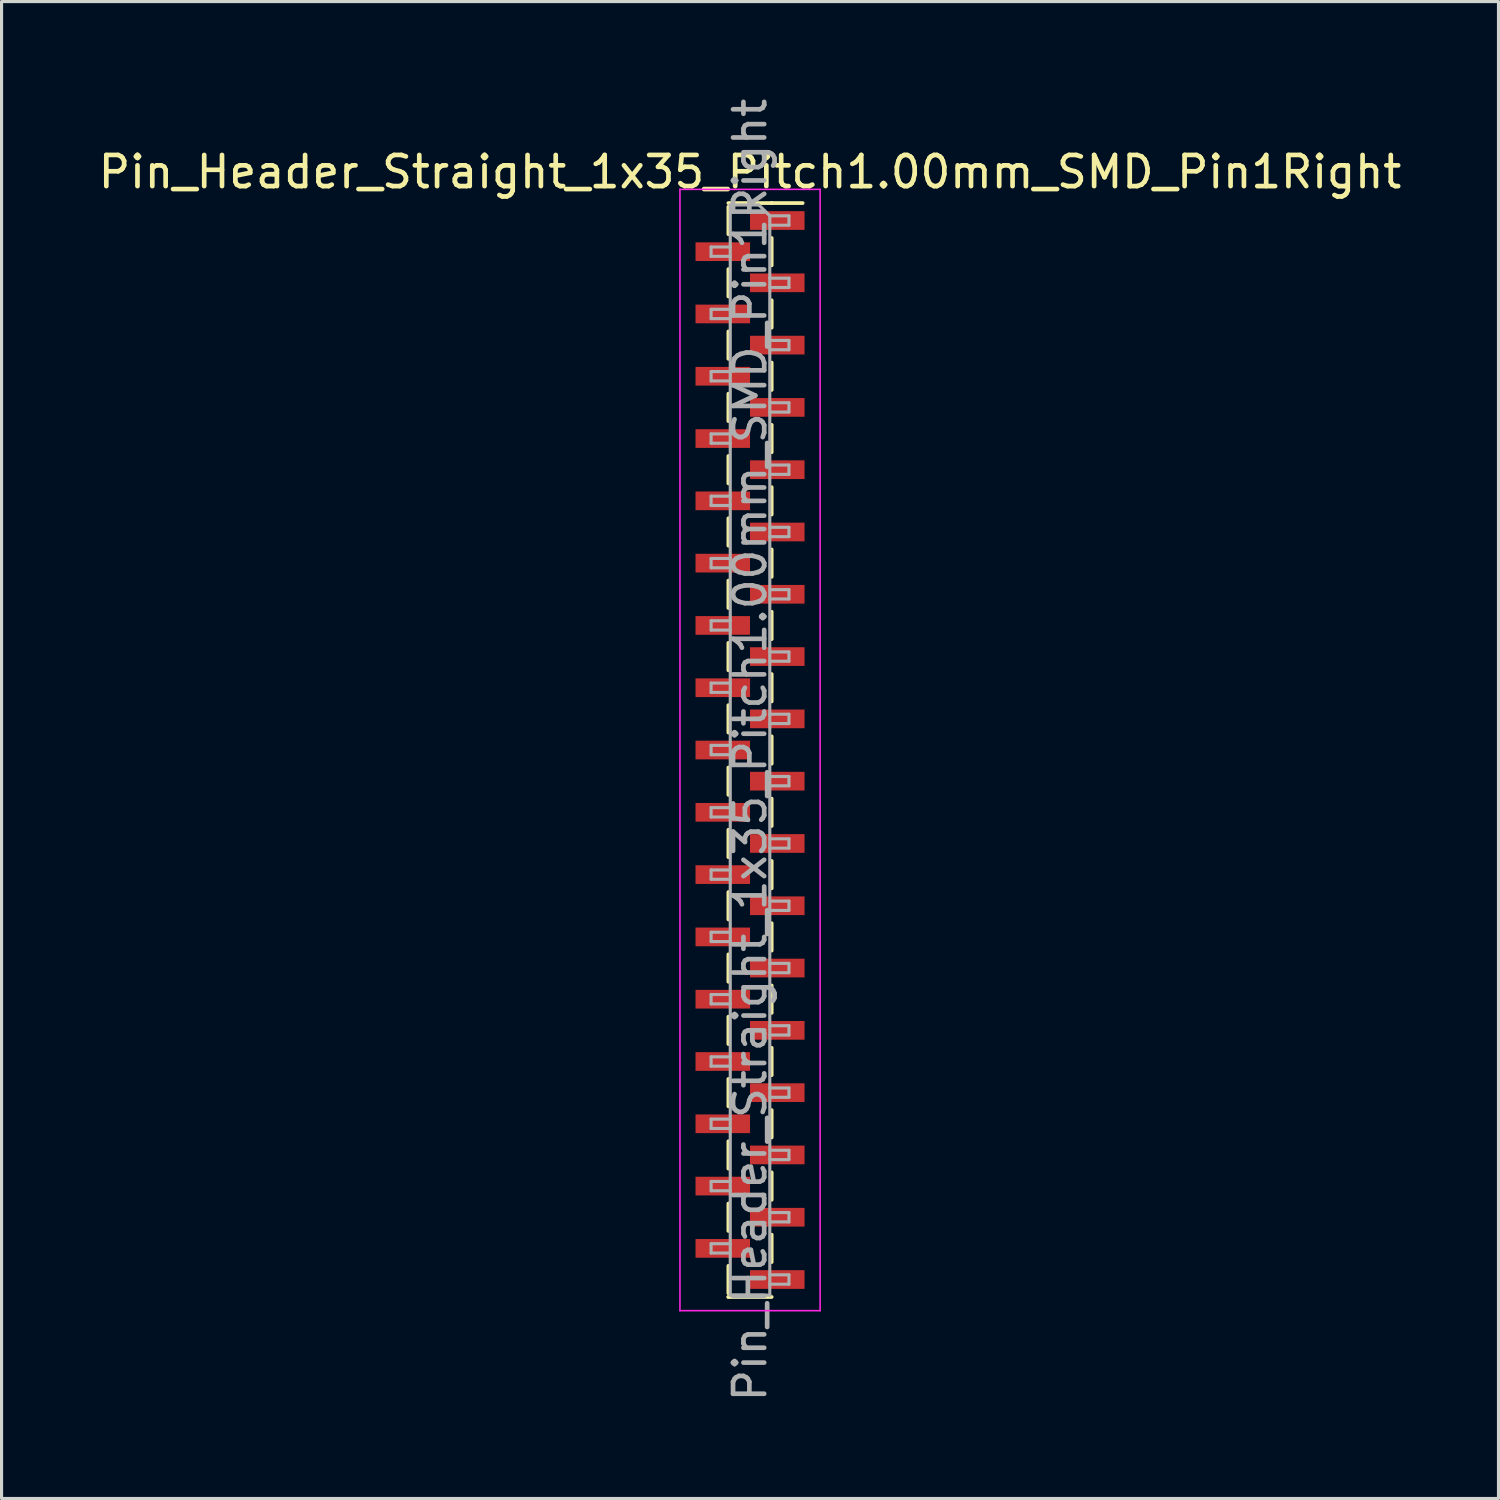
<source format=kicad_pcb>
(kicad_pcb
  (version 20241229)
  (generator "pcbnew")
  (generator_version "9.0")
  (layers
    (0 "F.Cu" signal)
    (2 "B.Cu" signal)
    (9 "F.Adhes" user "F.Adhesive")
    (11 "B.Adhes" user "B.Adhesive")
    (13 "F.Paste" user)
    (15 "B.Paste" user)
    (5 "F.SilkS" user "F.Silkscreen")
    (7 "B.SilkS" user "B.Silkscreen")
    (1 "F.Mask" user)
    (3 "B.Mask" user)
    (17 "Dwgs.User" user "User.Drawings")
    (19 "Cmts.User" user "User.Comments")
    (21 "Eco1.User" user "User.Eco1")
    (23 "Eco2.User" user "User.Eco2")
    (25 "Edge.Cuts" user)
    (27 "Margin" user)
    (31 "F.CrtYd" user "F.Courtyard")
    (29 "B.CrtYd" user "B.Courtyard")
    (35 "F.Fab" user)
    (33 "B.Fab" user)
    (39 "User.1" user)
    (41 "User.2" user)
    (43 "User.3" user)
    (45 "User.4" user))
  (footprint "Pin_Header_Straight_1x35_Pitch1.00mm_SMD_Pin1Right"
    (layer "F.Cu")
    (at 21.03 21.03)
    (property "Reference" "Pin_Header_Straight_1x35_Pitch1.00mm_SMD_Pin1Right" (at 0 -18.56 0) (layer "F.SilkS") (effects (font (size 1 1) (thickness 0.15))))
    (attr smd)
    (fp_line (start -0.695 -17.56) (end 0.695 -17.56) (stroke (width 0.12) (type solid)) (layer "F.SilkS"))
    (fp_line (start -0.695 -17.44) (end -0.695 -16.56) (stroke (width 0.12) (type solid)) (layer "F.SilkS"))
    (fp_line (start -0.695 -15.44) (end -0.695 -14.56) (stroke (width 0.12) (type solid)) (layer "F.SilkS"))
    (fp_line (start -0.695 -13.44) (end -0.695 -12.56) (stroke (width 0.12) (type solid)) (layer "F.SilkS"))
    (fp_line (start -0.695 -11.44) (end -0.695 -10.56) (stroke (width 0.12) (type solid)) (layer "F.SilkS"))
    (fp_line (start -0.695 -9.44) (end -0.695 -8.56) (stroke (width 0.12) (type solid)) (layer "F.SilkS"))
    (fp_line (start -0.695 -7.44) (end -0.695 -6.56) (stroke (width 0.12) (type solid)) (layer "F.SilkS"))
    (fp_line (start -0.695 -5.44) (end -0.695 -4.56) (stroke (width 0.12) (type solid)) (layer "F.SilkS"))
    (fp_line (start -0.695 -3.44) (end -0.695 -2.56) (stroke (width 0.12) (type solid)) (layer "F.SilkS"))
    (fp_line (start -0.695 -1.44) (end -0.695 -0.56) (stroke (width 0.12) (type solid)) (layer "F.SilkS"))
    (fp_line (start -0.695 0.56) (end -0.695 1.44) (stroke (width 0.12) (type solid)) (layer "F.SilkS"))
    (fp_line (start -0.695 2.56) (end -0.695 3.44) (stroke (width 0.12) (type solid)) (layer "F.SilkS"))
    (fp_line (start -0.695 4.56) (end -0.695 5.44) (stroke (width 0.12) (type solid)) (layer "F.SilkS"))
    (fp_line (start -0.695 6.56) (end -0.695 7.44) (stroke (width 0.12) (type solid)) (layer "F.SilkS"))
    (fp_line (start -0.695 8.56) (end -0.695 9.44) (stroke (width 0.12) (type solid)) (layer "F.SilkS"))
    (fp_line (start -0.695 10.56) (end -0.695 11.44) (stroke (width 0.12) (type solid)) (layer "F.SilkS"))
    (fp_line (start -0.695 12.56) (end -0.695 13.44) (stroke (width 0.12) (type solid)) (layer "F.SilkS"))
    (fp_line (start -0.695 14.56) (end -0.695 15.44) (stroke (width 0.12) (type solid)) (layer "F.SilkS"))
    (fp_line (start -0.695 16.56) (end -0.695 17.44) (stroke (width 0.12) (type solid)) (layer "F.SilkS"))
    (fp_line (start -0.695 17.56) (end -0.695 17.56) (stroke (width 0.12) (type solid)) (layer "F.SilkS"))
    (fp_line (start -0.695 17.56) (end 0.695 17.56) (stroke (width 0.12) (type solid)) (layer "F.SilkS"))
    (fp_line (start 0.695 -17.56) (end 0.695 -17.56) (stroke (width 0.12) (type solid)) (layer "F.SilkS"))
    (fp_line (start 0.695 -17.56) (end 1.69 -17.56) (stroke (width 0.12) (type solid)) (layer "F.SilkS"))
    (fp_line (start 0.695 -16.44) (end 0.695 -15.56) (stroke (width 0.12) (type solid)) (layer "F.SilkS"))
    (fp_line (start 0.695 -14.44) (end 0.695 -13.56) (stroke (width 0.12) (type solid)) (layer "F.SilkS"))
    (fp_line (start 0.695 -12.44) (end 0.695 -11.56) (stroke (width 0.12) (type solid)) (layer "F.SilkS"))
    (fp_line (start 0.695 -10.44) (end 0.695 -9.56) (stroke (width 0.12) (type solid)) (layer "F.SilkS"))
    (fp_line (start 0.695 -8.44) (end 0.695 -7.56) (stroke (width 0.12) (type solid)) (layer "F.SilkS"))
    (fp_line (start 0.695 -6.44) (end 0.695 -5.56) (stroke (width 0.12) (type solid)) (layer "F.SilkS"))
    (fp_line (start 0.695 -4.44) (end 0.695 -3.56) (stroke (width 0.12) (type solid)) (layer "F.SilkS"))
    (fp_line (start 0.695 -2.44) (end 0.695 -1.56) (stroke (width 0.12) (type solid)) (layer "F.SilkS"))
    (fp_line (start 0.695 -0.44) (end 0.695 0.44) (stroke (width 0.12) (type solid)) (layer "F.SilkS"))
    (fp_line (start 0.695 1.56) (end 0.695 2.44) (stroke (width 0.12) (type solid)) (layer "F.SilkS"))
    (fp_line (start 0.695 3.56) (end 0.695 4.44) (stroke (width 0.12) (type solid)) (layer "F.SilkS"))
    (fp_line (start 0.695 5.56) (end 0.695 6.44) (stroke (width 0.12) (type solid)) (layer "F.SilkS"))
    (fp_line (start 0.695 7.56) (end 0.695 8.44) (stroke (width 0.12) (type solid)) (layer "F.SilkS"))
    (fp_line (start 0.695 9.56) (end 0.695 10.44) (stroke (width 0.12) (type solid)) (layer "F.SilkS"))
    (fp_line (start 0.695 11.56) (end 0.695 12.44) (stroke (width 0.12) (type solid)) (layer "F.SilkS"))
    (fp_line (start 0.695 13.56) (end 0.695 14.44) (stroke (width 0.12) (type solid)) (layer "F.SilkS"))
    (fp_line (start 0.695 15.56) (end 0.695 16.44) (stroke (width 0.12) (type solid)) (layer "F.SilkS"))
    (fp_line (start -2.25 -18) (end -2.25 18) (stroke (width 0.05) (type solid)) (layer "F.CrtYd"))
    (fp_line (start -2.25 18) (end 2.25 18) (stroke (width 0.05) (type solid)) (layer "F.CrtYd"))
    (fp_line (start 2.25 -18) (end -2.25 -18) (stroke (width 0.05) (type solid)) (layer "F.CrtYd"))
    (fp_line (start 2.25 18) (end 2.25 -18) (stroke (width 0.05) (type solid)) (layer "F.CrtYd"))
    (fp_line (start -1.25 -16.15) (end -1.25 -15.85) (stroke (width 0.1) (type solid)) (layer "F.Fab"))
    (fp_line (start -1.25 -15.85) (end -0.635 -15.85) (stroke (width 0.1) (type solid)) (layer "F.Fab"))
    (fp_line (start -1.25 -14.15) (end -1.25 -13.85) (stroke (width 0.1) (type solid)) (layer "F.Fab"))
    (fp_line (start -1.25 -13.85) (end -0.635 -13.85) (stroke (width 0.1) (type solid)) (layer "F.Fab"))
    (fp_line (start -1.25 -12.15) (end -1.25 -11.85) (stroke (width 0.1) (type solid)) (layer "F.Fab"))
    (fp_line (start -1.25 -11.85) (end -0.635 -11.85) (stroke (width 0.1) (type solid)) (layer "F.Fab"))
    (fp_line (start -1.25 -10.15) (end -1.25 -9.85) (stroke (width 0.1) (type solid)) (layer "F.Fab"))
    (fp_line (start -1.25 -9.85) (end -0.635 -9.85) (stroke (width 0.1) (type solid)) (layer "F.Fab"))
    (fp_line (start -1.25 -8.15) (end -1.25 -7.85) (stroke (width 0.1) (type solid)) (layer "F.Fab"))
    (fp_line (start -1.25 -7.85) (end -0.635 -7.85) (stroke (width 0.1) (type solid)) (layer "F.Fab"))
    (fp_line (start -1.25 -6.15) (end -1.25 -5.85) (stroke (width 0.1) (type solid)) (layer "F.Fab"))
    (fp_line (start -1.25 -5.85) (end -0.635 -5.85) (stroke (width 0.1) (type solid)) (layer "F.Fab"))
    (fp_line (start -1.25 -4.15) (end -1.25 -3.85) (stroke (width 0.1) (type solid)) (layer "F.Fab"))
    (fp_line (start -1.25 -3.85) (end -0.635 -3.85) (stroke (width 0.1) (type solid)) (layer "F.Fab"))
    (fp_line (start -1.25 -2.15) (end -1.25 -1.85) (stroke (width 0.1) (type solid)) (layer "F.Fab"))
    (fp_line (start -1.25 -1.85) (end -0.635 -1.85) (stroke (width 0.1) (type solid)) (layer "F.Fab"))
    (fp_line (start -1.25 -0.15) (end -1.25 0.15) (stroke (width 0.1) (type solid)) (layer "F.Fab"))
    (fp_line (start -1.25 0.15) (end -0.635 0.15) (stroke (width 0.1) (type solid)) (layer "F.Fab"))
    (fp_line (start -1.25 1.85) (end -1.25 2.15) (stroke (width 0.1) (type solid)) (layer "F.Fab"))
    (fp_line (start -1.25 2.15) (end -0.635 2.15) (stroke (width 0.1) (type solid)) (layer "F.Fab"))
    (fp_line (start -1.25 3.85) (end -1.25 4.15) (stroke (width 0.1) (type solid)) (layer "F.Fab"))
    (fp_line (start -1.25 4.15) (end -0.635 4.15) (stroke (width 0.1) (type solid)) (layer "F.Fab"))
    (fp_line (start -1.25 5.85) (end -1.25 6.15) (stroke (width 0.1) (type solid)) (layer "F.Fab"))
    (fp_line (start -1.25 6.15) (end -0.635 6.15) (stroke (width 0.1) (type solid)) (layer "F.Fab"))
    (fp_line (start -1.25 7.85) (end -1.25 8.15) (stroke (width 0.1) (type solid)) (layer "F.Fab"))
    (fp_line (start -1.25 8.15) (end -0.635 8.15) (stroke (width 0.1) (type solid)) (layer "F.Fab"))
    (fp_line (start -1.25 9.85) (end -1.25 10.15) (stroke (width 0.1) (type solid)) (layer "F.Fab"))
    (fp_line (start -1.25 10.15) (end -0.635 10.15) (stroke (width 0.1) (type solid)) (layer "F.Fab"))
    (fp_line (start -1.25 11.85) (end -1.25 12.15) (stroke (width 0.1) (type solid)) (layer "F.Fab"))
    (fp_line (start -1.25 12.15) (end -0.635 12.15) (stroke (width 0.1) (type solid)) (layer "F.Fab"))
    (fp_line (start -1.25 13.85) (end -1.25 14.15) (stroke (width 0.1) (type solid)) (layer "F.Fab"))
    (fp_line (start -1.25 14.15) (end -0.635 14.15) (stroke (width 0.1) (type solid)) (layer "F.Fab"))
    (fp_line (start -1.25 15.85) (end -1.25 16.15) (stroke (width 0.1) (type solid)) (layer "F.Fab"))
    (fp_line (start -1.25 16.15) (end -0.635 16.15) (stroke (width 0.1) (type solid)) (layer "F.Fab"))
    (fp_line (start -0.635 -17.5) (end -0.635 17.5) (stroke (width 0.1) (type solid)) (layer "F.Fab"))
    (fp_line (start -0.635 -17.5) (end 0.285 -17.5) (stroke (width 0.1) (type solid)) (layer "F.Fab"))
    (fp_line (start -0.635 -16.15) (end -1.25 -16.15) (stroke (width 0.1) (type solid)) (layer "F.Fab"))
    (fp_line (start -0.635 -14.15) (end -1.25 -14.15) (stroke (width 0.1) (type solid)) (layer "F.Fab"))
    (fp_line (start -0.635 -12.15) (end -1.25 -12.15) (stroke (width 0.1) (type solid)) (layer "F.Fab"))
    (fp_line (start -0.635 -10.15) (end -1.25 -10.15) (stroke (width 0.1) (type solid)) (layer "F.Fab"))
    (fp_line (start -0.635 -8.15) (end -1.25 -8.15) (stroke (width 0.1) (type solid)) (layer "F.Fab"))
    (fp_line (start -0.635 -6.15) (end -1.25 -6.15) (stroke (width 0.1) (type solid)) (layer "F.Fab"))
    (fp_line (start -0.635 -4.15) (end -1.25 -4.15) (stroke (width 0.1) (type solid)) (layer "F.Fab"))
    (fp_line (start -0.635 -2.15) (end -1.25 -2.15) (stroke (width 0.1) (type solid)) (layer "F.Fab"))
    (fp_line (start -0.635 -0.15) (end -1.25 -0.15) (stroke (width 0.1) (type solid)) (layer "F.Fab"))
    (fp_line (start -0.635 1.85) (end -1.25 1.85) (stroke (width 0.1) (type solid)) (layer "F.Fab"))
    (fp_line (start -0.635 3.85) (end -1.25 3.85) (stroke (width 0.1) (type solid)) (layer "F.Fab"))
    (fp_line (start -0.635 5.85) (end -1.25 5.85) (stroke (width 0.1) (type solid)) (layer "F.Fab"))
    (fp_line (start -0.635 7.85) (end -1.25 7.85) (stroke (width 0.1) (type solid)) (layer "F.Fab"))
    (fp_line (start -0.635 9.85) (end -1.25 9.85) (stroke (width 0.1) (type solid)) (layer "F.Fab"))
    (fp_line (start -0.635 11.85) (end -1.25 11.85) (stroke (width 0.1) (type solid)) (layer "F.Fab"))
    (fp_line (start -0.635 13.85) (end -1.25 13.85) (stroke (width 0.1) (type solid)) (layer "F.Fab"))
    (fp_line (start -0.635 15.85) (end -1.25 15.85) (stroke (width 0.1) (type solid)) (layer "F.Fab"))
    (fp_line (start 0.635 -17.15) (end 0.285 -17.5) (stroke (width 0.1) (type solid)) (layer "F.Fab"))
    (fp_line (start 0.635 -17.15) (end 1.25 -17.15) (stroke (width 0.1) (type solid)) (layer "F.Fab"))
    (fp_line (start 0.635 -15.15) (end 1.25 -15.15) (stroke (width 0.1) (type solid)) (layer "F.Fab"))
    (fp_line (start 0.635 -13.15) (end 1.25 -13.15) (stroke (width 0.1) (type solid)) (layer "F.Fab"))
    (fp_line (start 0.635 -11.15) (end 1.25 -11.15) (stroke (width 0.1) (type solid)) (layer "F.Fab"))
    (fp_line (start 0.635 -9.15) (end 1.25 -9.15) (stroke (width 0.1) (type solid)) (layer "F.Fab"))
    (fp_line (start 0.635 -7.15) (end 1.25 -7.15) (stroke (width 0.1) (type solid)) (layer "F.Fab"))
    (fp_line (start 0.635 -5.15) (end 1.25 -5.15) (stroke (width 0.1) (type solid)) (layer "F.Fab"))
    (fp_line (start 0.635 -3.15) (end 1.25 -3.15) (stroke (width 0.1) (type solid)) (layer "F.Fab"))
    (fp_line (start 0.635 -1.15) (end 1.25 -1.15) (stroke (width 0.1) (type solid)) (layer "F.Fab"))
    (fp_line (start 0.635 0.85) (end 1.25 0.85) (stroke (width 0.1) (type solid)) (layer "F.Fab"))
    (fp_line (start 0.635 2.85) (end 1.25 2.85) (stroke (width 0.1) (type solid)) (layer "F.Fab"))
    (fp_line (start 0.635 4.85) (end 1.25 4.85) (stroke (width 0.1) (type solid)) (layer "F.Fab"))
    (fp_line (start 0.635 6.85) (end 1.25 6.85) (stroke (width 0.1) (type solid)) (layer "F.Fab"))
    (fp_line (start 0.635 8.85) (end 1.25 8.85) (stroke (width 0.1) (type solid)) (layer "F.Fab"))
    (fp_line (start 0.635 10.85) (end 1.25 10.85) (stroke (width 0.1) (type solid)) (layer "F.Fab"))
    (fp_line (start 0.635 12.85) (end 1.25 12.85) (stroke (width 0.1) (type solid)) (layer "F.Fab"))
    (fp_line (start 0.635 14.85) (end 1.25 14.85) (stroke (width 0.1) (type solid)) (layer "F.Fab"))
    (fp_line (start 0.635 16.85) (end 1.25 16.85) (stroke (width 0.1) (type solid)) (layer "F.Fab"))
    (fp_line (start 0.635 17.5) (end -0.635 17.5) (stroke (width 0.1) (type solid)) (layer "F.Fab"))
    (fp_line (start 0.635 17.5) (end 0.635 -17.15) (stroke (width 0.1) (type solid)) (layer "F.Fab"))
    (fp_line (start 1.25 -17.15) (end 1.25 -16.85) (stroke (width 0.1) (type solid)) (layer "F.Fab"))
    (fp_line (start 1.25 -16.85) (end 0.635 -16.85) (stroke (width 0.1) (type solid)) (layer "F.Fab"))
    (fp_line (start 1.25 -15.15) (end 1.25 -14.85) (stroke (width 0.1) (type solid)) (layer "F.Fab"))
    (fp_line (start 1.25 -14.85) (end 0.635 -14.85) (stroke (width 0.1) (type solid)) (layer "F.Fab"))
    (fp_line (start 1.25 -13.15) (end 1.25 -12.85) (stroke (width 0.1) (type solid)) (layer "F.Fab"))
    (fp_line (start 1.25 -12.85) (end 0.635 -12.85) (stroke (width 0.1) (type solid)) (layer "F.Fab"))
    (fp_line (start 1.25 -11.15) (end 1.25 -10.85) (stroke (width 0.1) (type solid)) (layer "F.Fab"))
    (fp_line (start 1.25 -10.85) (end 0.635 -10.85) (stroke (width 0.1) (type solid)) (layer "F.Fab"))
    (fp_line (start 1.25 -9.15) (end 1.25 -8.85) (stroke (width 0.1) (type solid)) (layer "F.Fab"))
    (fp_line (start 1.25 -8.85) (end 0.635 -8.85) (stroke (width 0.1) (type solid)) (layer "F.Fab"))
    (fp_line (start 1.25 -7.15) (end 1.25 -6.85) (stroke (width 0.1) (type solid)) (layer "F.Fab"))
    (fp_line (start 1.25 -6.85) (end 0.635 -6.85) (stroke (width 0.1) (type solid)) (layer "F.Fab"))
    (fp_line (start 1.25 -5.15) (end 1.25 -4.85) (stroke (width 0.1) (type solid)) (layer "F.Fab"))
    (fp_line (start 1.25 -4.85) (end 0.635 -4.85) (stroke (width 0.1) (type solid)) (layer "F.Fab"))
    (fp_line (start 1.25 -3.15) (end 1.25 -2.85) (stroke (width 0.1) (type solid)) (layer "F.Fab"))
    (fp_line (start 1.25 -2.85) (end 0.635 -2.85) (stroke (width 0.1) (type solid)) (layer "F.Fab"))
    (fp_line (start 1.25 -1.15) (end 1.25 -0.85) (stroke (width 0.1) (type solid)) (layer "F.Fab"))
    (fp_line (start 1.25 -0.85) (end 0.635 -0.85) (stroke (width 0.1) (type solid)) (layer "F.Fab"))
    (fp_line (start 1.25 0.85) (end 1.25 1.15) (stroke (width 0.1) (type solid)) (layer "F.Fab"))
    (fp_line (start 1.25 1.15) (end 0.635 1.15) (stroke (width 0.1) (type solid)) (layer "F.Fab"))
    (fp_line (start 1.25 2.85) (end 1.25 3.15) (stroke (width 0.1) (type solid)) (layer "F.Fab"))
    (fp_line (start 1.25 3.15) (end 0.635 3.15) (stroke (width 0.1) (type solid)) (layer "F.Fab"))
    (fp_line (start 1.25 4.85) (end 1.25 5.15) (stroke (width 0.1) (type solid)) (layer "F.Fab"))
    (fp_line (start 1.25 5.15) (end 0.635 5.15) (stroke (width 0.1) (type solid)) (layer "F.Fab"))
    (fp_line (start 1.25 6.85) (end 1.25 7.15) (stroke (width 0.1) (type solid)) (layer "F.Fab"))
    (fp_line (start 1.25 7.15) (end 0.635 7.15) (stroke (width 0.1) (type solid)) (layer "F.Fab"))
    (fp_line (start 1.25 8.85) (end 1.25 9.15) (stroke (width 0.1) (type solid)) (layer "F.Fab"))
    (fp_line (start 1.25 9.15) (end 0.635 9.15) (stroke (width 0.1) (type solid)) (layer "F.Fab"))
    (fp_line (start 1.25 10.85) (end 1.25 11.15) (stroke (width 0.1) (type solid)) (layer "F.Fab"))
    (fp_line (start 1.25 11.15) (end 0.635 11.15) (stroke (width 0.1) (type solid)) (layer "F.Fab"))
    (fp_line (start 1.25 12.85) (end 1.25 13.15) (stroke (width 0.1) (type solid)) (layer "F.Fab"))
    (fp_line (start 1.25 13.15) (end 0.635 13.15) (stroke (width 0.1) (type solid)) (layer "F.Fab"))
    (fp_line (start 1.25 14.85) (end 1.25 15.15) (stroke (width 0.1) (type solid)) (layer "F.Fab"))
    (fp_line (start 1.25 15.15) (end 0.635 15.15) (stroke (width 0.1) (type solid)) (layer "F.Fab"))
    (fp_line (start 1.25 16.85) (end 1.25 17.15) (stroke (width 0.1) (type solid)) (layer "F.Fab"))
    (fp_line (start 1.25 17.15) (end 0.635 17.15) (stroke (width 0.1) (type solid)) (layer "F.Fab"))
    (fp_text user "${REFERENCE}" (at 0 0 90) (layer "F.Fab") (effects (font (size 1 1) (thickness 0.15))))
    (pad "1" smd rect (at 0.875 -17) (size 1.75 0.6) (layers "F.Cu" "F.Mask" "F.Paste"))
    (pad "2" smd rect (at -0.875 -16) (size 1.75 0.6) (layers "F.Cu" "F.Mask" "F.Paste"))
    (pad "3" smd rect (at 0.875 -15) (size 1.75 0.6) (layers "F.Cu" "F.Mask" "F.Paste"))
    (pad "4" smd rect (at -0.875 -14) (size 1.75 0.6) (layers "F.Cu" "F.Mask" "F.Paste"))
    (pad "5" smd rect (at 0.875 -13) (size 1.75 0.6) (layers "F.Cu" "F.Mask" "F.Paste"))
    (pad "6" smd rect (at -0.875 -12) (size 1.75 0.6) (layers "F.Cu" "F.Mask" "F.Paste"))
    (pad "7" smd rect (at 0.875 -11) (size 1.75 0.6) (layers "F.Cu" "F.Mask" "F.Paste"))
    (pad "8" smd rect (at -0.875 -10) (size 1.75 0.6) (layers "F.Cu" "F.Mask" "F.Paste"))
    (pad "9" smd rect (at 0.875 -9) (size 1.75 0.6) (layers "F.Cu" "F.Mask" "F.Paste"))
    (pad "10" smd rect (at -0.875 -8) (size 1.75 0.6) (layers "F.Cu" "F.Mask" "F.Paste"))
    (pad "11" smd rect (at 0.875 -7) (size 1.75 0.6) (layers "F.Cu" "F.Mask" "F.Paste"))
    (pad "12" smd rect (at -0.875 -6) (size 1.75 0.6) (layers "F.Cu" "F.Mask" "F.Paste"))
    (pad "13" smd rect (at 0.875 -5) (size 1.75 0.6) (layers "F.Cu" "F.Mask" "F.Paste"))
    (pad "14" smd rect (at -0.875 -4) (size 1.75 0.6) (layers "F.Cu" "F.Mask" "F.Paste"))
    (pad "15" smd rect (at 0.875 -3) (size 1.75 0.6) (layers "F.Cu" "F.Mask" "F.Paste"))
    (pad "16" smd rect (at -0.875 -2) (size 1.75 0.6) (layers "F.Cu" "F.Mask" "F.Paste"))
    (pad "17" smd rect (at 0.875 -1) (size 1.75 0.6) (layers "F.Cu" "F.Mask" "F.Paste"))
    (pad "18" smd rect (at -0.875 0) (size 1.75 0.6) (layers "F.Cu" "F.Mask" "F.Paste"))
    (pad "19" smd rect (at 0.875 1) (size 1.75 0.6) (layers "F.Cu" "F.Mask" "F.Paste"))
    (pad "20" smd rect (at -0.875 2) (size 1.75 0.6) (layers "F.Cu" "F.Mask" "F.Paste"))
    (pad "21" smd rect (at 0.875 3) (size 1.75 0.6) (layers "F.Cu" "F.Mask" "F.Paste"))
    (pad "22" smd rect (at -0.875 4) (size 1.75 0.6) (layers "F.Cu" "F.Mask" "F.Paste"))
    (pad "23" smd rect (at 0.875 5) (size 1.75 0.6) (layers "F.Cu" "F.Mask" "F.Paste"))
    (pad "24" smd rect (at -0.875 6) (size 1.75 0.6) (layers "F.Cu" "F.Mask" "F.Paste"))
    (pad "25" smd rect (at 0.875 7) (size 1.75 0.6) (layers "F.Cu" "F.Mask" "F.Paste"))
    (pad "26" smd rect (at -0.875 8) (size 1.75 0.6) (layers "F.Cu" "F.Mask" "F.Paste"))
    (pad "27" smd rect (at 0.875 9) (size 1.75 0.6) (layers "F.Cu" "F.Mask" "F.Paste"))
    (pad "28" smd rect (at -0.875 10) (size 1.75 0.6) (layers "F.Cu" "F.Mask" "F.Paste"))
    (pad "29" smd rect (at 0.875 11) (size 1.75 0.6) (layers "F.Cu" "F.Mask" "F.Paste"))
    (pad "30" smd rect (at -0.875 12) (size 1.75 0.6) (layers "F.Cu" "F.Mask" "F.Paste"))
    (pad "31" smd rect (at 0.875 13) (size 1.75 0.6) (layers "F.Cu" "F.Mask" "F.Paste"))
    (pad "32" smd rect (at -0.875 14) (size 1.75 0.6) (layers "F.Cu" "F.Mask" "F.Paste"))
    (pad "33" smd rect (at 0.875 15) (size 1.75 0.6) (layers "F.Cu" "F.Mask" "F.Paste"))
    (pad "34" smd rect (at -0.875 16) (size 1.75 0.6) (layers "F.Cu" "F.Mask" "F.Paste"))
    (pad "35" smd rect (at 0.875 17) (size 1.75 0.6) (layers "F.Cu" "F.Mask" "F.Paste")))
  (gr_rect
    (start -3 -3)
    (end 45.06 45.06)
    (stroke (width 0.1) (type default))
    (fill no)
    (layer "Edge.Cuts")))
</source>
